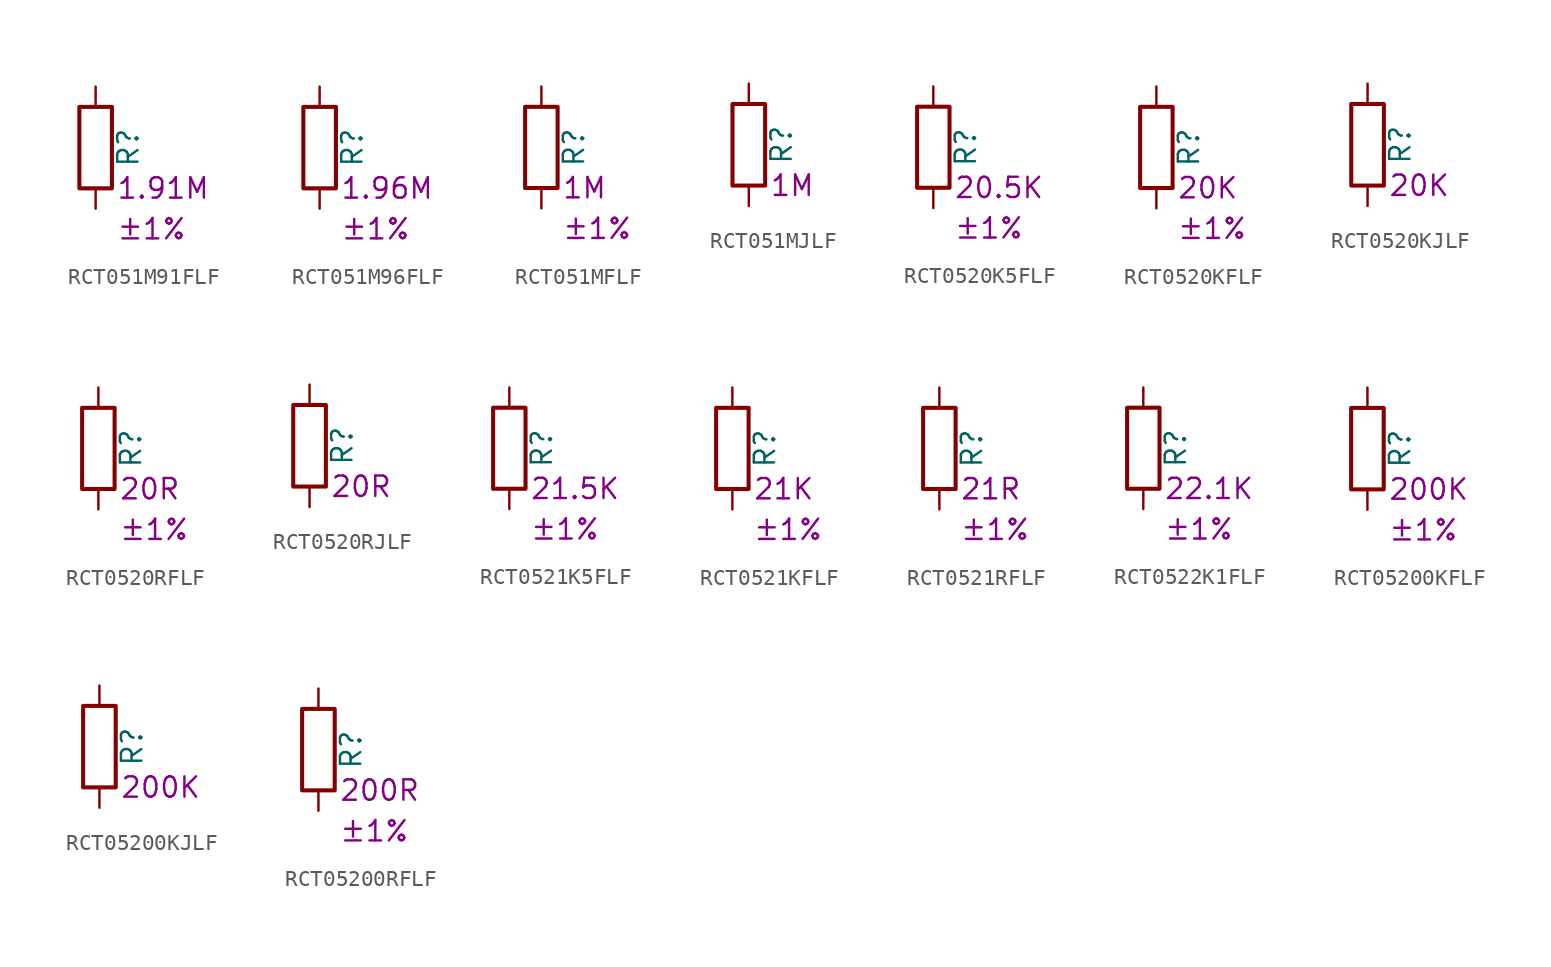
<source format=kicad_sym>
(kicad_symbol_lib
  (version 20220914)
  (generator kicad_symbol_editor)
  (symbol "RCT051M91FLF"
    (pin_numbers hide)
    (pin_names
      (offset 0))
    (property "Reference" "R"
      (at 2.032 0 90)
      (effects (font (size 1.27 1.27))))
    (property "Resistance" "1.91M"
      (at 1.27 -2.54 0)
      (effects (font (size 1.27 1.27)) (justify left)))
    (property "Tolerance" "±1%"
      (at 1.27 -5.08 0)
      (effects (font (size 1.27 1.27)) (justify left)))
    (symbol "RCT051M91FLF_0_1"
      (rectangle (start -1.016 -2.54) (end 1.016 2.54) (stroke (width 0.254) (type default)) (fill (type none))))
    (symbol "RCT051M91FLF_1_1"
      (pin passive line (at 0 3.81 270) (length 1.27) (name "~" (effects (font (size 1.27 1.27)))) (number "1" (effects (font (size 1.27 1.27)))))
      (pin passive line (at 0 -3.81 90) (length 1.27) (name "~" (effects (font (size 1.27 1.27)))) (number "2" (effects (font (size 1.27 1.27)))))))
  (symbol "RCT051M96FLF"
    (pin_numbers hide)
    (pin_names
      (offset 0))
    (property "Reference" "R"
      (at 2.032 0 90)
      (effects (font (size 1.27 1.27))))
    (property "Resistance" "1.96M"
      (at 1.27 -2.54 0)
      (effects (font (size 1.27 1.27)) (justify left)))
    (property "Tolerance" "±1%"
      (at 1.27 -5.08 0)
      (effects (font (size 1.27 1.27)) (justify left)))
    (symbol "RCT051M96FLF_0_1"
      (rectangle (start -1.016 -2.54) (end 1.016 2.54) (stroke (width 0.254) (type default)) (fill (type none))))
    (symbol "RCT051M96FLF_1_1"
      (pin passive line (at 0 3.81 270) (length 1.27) (name "~" (effects (font (size 1.27 1.27)))) (number "1" (effects (font (size 1.27 1.27)))))
      (pin passive line (at 0 -3.81 90) (length 1.27) (name "~" (effects (font (size 1.27 1.27)))) (number "2" (effects (font (size 1.27 1.27)))))))
  (symbol "RCT051MFLF"
    (pin_numbers hide)
    (pin_names
      (offset 0))
    (property "Reference" "R"
      (at 2.032 0 90)
      (effects (font (size 1.27 1.27))))
    (property "Resistance" "1M"
      (at 1.27 -2.54 0)
      (effects (font (size 1.27 1.27)) (justify left)))
    (property "Tolerance" "±1%"
      (at 1.27 -5.08 0)
      (effects (font (size 1.27 1.27)) (justify left)))
    (symbol "RCT051MFLF_0_1"
      (rectangle (start -1.016 -2.54) (end 1.016 2.54) (stroke (width 0.254) (type default)) (fill (type none))))
    (symbol "RCT051MFLF_1_1"
      (pin passive line (at 0 3.81 270) (length 1.27) (name "~" (effects (font (size 1.27 1.27)))) (number "1" (effects (font (size 1.27 1.27)))))
      (pin passive line (at 0 -3.81 90) (length 1.27) (name "~" (effects (font (size 1.27 1.27)))) (number "2" (effects (font (size 1.27 1.27)))))))
  (symbol "RCT051MJLF"
    (pin_numbers hide)
    (pin_names
      (offset 0))
    (property "Reference" "R"
      (at 2.032 0 90)
      (effects (font (size 1.27 1.27))))
    (property "Resistance" "1M"
      (at 1.27 -2.54 0)
      (effects (font (size 1.27 1.27)) (justify left)))
    (symbol "RCT051MJLF_0_1"
      (rectangle (start -1.016 -2.54) (end 1.016 2.54) (stroke (width 0.254) (type default)) (fill (type none))))
    (symbol "RCT051MJLF_1_1"
      (pin passive line (at 0 3.81 270) (length 1.27) (name "~" (effects (font (size 1.27 1.27)))) (number "1" (effects (font (size 1.27 1.27)))))
      (pin passive line (at 0 -3.81 90) (length 1.27) (name "~" (effects (font (size 1.27 1.27)))) (number "2" (effects (font (size 1.27 1.27)))))))
  (symbol "RCT0520K5FLF"
    (pin_numbers hide)
    (pin_names
      (offset 0))
    (property "Reference" "R"
      (at 2.032 0 90)
      (effects (font (size 1.27 1.27))))
    (property "Resistance" "20.5K"
      (at 1.27 -2.54 0)
      (effects (font (size 1.27 1.27)) (justify left)))
    (property "Tolerance" "±1%"
      (at 1.27 -5.08 0)
      (effects (font (size 1.27 1.27)) (justify left)))
    (symbol "RCT0520K5FLF_0_1"
      (rectangle (start -1.016 -2.54) (end 1.016 2.54) (stroke (width 0.254) (type default)) (fill (type none))))
    (symbol "RCT0520K5FLF_1_1"
      (pin passive line (at 0 3.81 270) (length 1.27) (name "~" (effects (font (size 1.27 1.27)))) (number "1" (effects (font (size 1.27 1.27)))))
      (pin passive line (at 0 -3.81 90) (length 1.27) (name "~" (effects (font (size 1.27 1.27)))) (number "2" (effects (font (size 1.27 1.27)))))))
  (symbol "RCT0520KFLF"
    (pin_numbers hide)
    (pin_names
      (offset 0))
    (property "Reference" "R"
      (at 2.032 0 90)
      (effects (font (size 1.27 1.27))))
    (property "Resistance" "20K"
      (at 1.27 -2.54 0)
      (effects (font (size 1.27 1.27)) (justify left)))
    (property "Tolerance" "±1%"
      (at 1.27 -5.08 0)
      (effects (font (size 1.27 1.27)) (justify left)))
    (symbol "RCT0520KFLF_0_1"
      (rectangle (start -1.016 -2.54) (end 1.016 2.54) (stroke (width 0.254) (type default)) (fill (type none))))
    (symbol "RCT0520KFLF_1_1"
      (pin passive line (at 0 3.81 270) (length 1.27) (name "~" (effects (font (size 1.27 1.27)))) (number "1" (effects (font (size 1.27 1.27)))))
      (pin passive line (at 0 -3.81 90) (length 1.27) (name "~" (effects (font (size 1.27 1.27)))) (number "2" (effects (font (size 1.27 1.27)))))))
  (symbol "RCT0520KJLF"
    (pin_numbers hide)
    (pin_names
      (offset 0))
    (property "Reference" "R"
      (at 2.032 0 90)
      (effects (font (size 1.27 1.27))))
    (property "Resistance" "20K"
      (at 1.27 -2.54 0)
      (effects (font (size 1.27 1.27)) (justify left)))
    (symbol "RCT0520KJLF_0_1"
      (rectangle (start -1.016 -2.54) (end 1.016 2.54) (stroke (width 0.254) (type default)) (fill (type none))))
    (symbol "RCT0520KJLF_1_1"
      (pin passive line (at 0 3.81 270) (length 1.27) (name "~" (effects (font (size 1.27 1.27)))) (number "1" (effects (font (size 1.27 1.27)))))
      (pin passive line (at 0 -3.81 90) (length 1.27) (name "~" (effects (font (size 1.27 1.27)))) (number "2" (effects (font (size 1.27 1.27)))))))
  (symbol "RCT0520RFLF"
    (pin_numbers hide)
    (pin_names
      (offset 0))
    (property "Reference" "R"
      (at 2.032 0 90)
      (effects (font (size 1.27 1.27))))
    (property "Resistance" "20R"
      (at 1.27 -2.54 0)
      (effects (font (size 1.27 1.27)) (justify left)))
    (property "Tolerance" "±1%"
      (at 1.27 -5.08 0)
      (effects (font (size 1.27 1.27)) (justify left)))
    (symbol "RCT0520RFLF_0_1"
      (rectangle (start -1.016 -2.54) (end 1.016 2.54) (stroke (width 0.254) (type default)) (fill (type none))))
    (symbol "RCT0520RFLF_1_1"
      (pin passive line (at 0 3.81 270) (length 1.27) (name "~" (effects (font (size 1.27 1.27)))) (number "1" (effects (font (size 1.27 1.27)))))
      (pin passive line (at 0 -3.81 90) (length 1.27) (name "~" (effects (font (size 1.27 1.27)))) (number "2" (effects (font (size 1.27 1.27)))))))
  (symbol "RCT0520RJLF"
    (pin_numbers hide)
    (pin_names
      (offset 0))
    (property "Reference" "R"
      (at 2.032 0 90)
      (effects (font (size 1.27 1.27))))
    (property "Resistance" "20R"
      (at 1.27 -2.54 0)
      (effects (font (size 1.27 1.27)) (justify left)))
    (symbol "RCT0520RJLF_0_1"
      (rectangle (start -1.016 -2.54) (end 1.016 2.54) (stroke (width 0.254) (type default)) (fill (type none))))
    (symbol "RCT0520RJLF_1_1"
      (pin passive line (at 0 3.81 270) (length 1.27) (name "~" (effects (font (size 1.27 1.27)))) (number "1" (effects (font (size 1.27 1.27)))))
      (pin passive line (at 0 -3.81 90) (length 1.27) (name "~" (effects (font (size 1.27 1.27)))) (number "2" (effects (font (size 1.27 1.27)))))))
  (symbol "RCT0521K5FLF"
    (pin_numbers hide)
    (pin_names
      (offset 0))
    (property "Reference" "R"
      (at 2.032 0 90)
      (effects (font (size 1.27 1.27))))
    (property "Resistance" "21.5K"
      (at 1.27 -2.54 0)
      (effects (font (size 1.27 1.27)) (justify left)))
    (property "Tolerance" "±1%"
      (at 1.27 -5.08 0)
      (effects (font (size 1.27 1.27)) (justify left)))
    (symbol "RCT0521K5FLF_0_1"
      (rectangle (start -1.016 -2.54) (end 1.016 2.54) (stroke (width 0.254) (type default)) (fill (type none))))
    (symbol "RCT0521K5FLF_1_1"
      (pin passive line (at 0 3.81 270) (length 1.27) (name "~" (effects (font (size 1.27 1.27)))) (number "1" (effects (font (size 1.27 1.27)))))
      (pin passive line (at 0 -3.81 90) (length 1.27) (name "~" (effects (font (size 1.27 1.27)))) (number "2" (effects (font (size 1.27 1.27)))))))
  (symbol "RCT0521KFLF"
    (pin_numbers hide)
    (pin_names
      (offset 0))
    (property "Reference" "R"
      (at 2.032 0 90)
      (effects (font (size 1.27 1.27))))
    (property "Resistance" "21K"
      (at 1.27 -2.54 0)
      (effects (font (size 1.27 1.27)) (justify left)))
    (property "Tolerance" "±1%"
      (at 1.27 -5.08 0)
      (effects (font (size 1.27 1.27)) (justify left)))
    (symbol "RCT0521KFLF_0_1"
      (rectangle (start -1.016 -2.54) (end 1.016 2.54) (stroke (width 0.254) (type default)) (fill (type none))))
    (symbol "RCT0521KFLF_1_1"
      (pin passive line (at 0 3.81 270) (length 1.27) (name "~" (effects (font (size 1.27 1.27)))) (number "1" (effects (font (size 1.27 1.27)))))
      (pin passive line (at 0 -3.81 90) (length 1.27) (name "~" (effects (font (size 1.27 1.27)))) (number "2" (effects (font (size 1.27 1.27)))))))
  (symbol "RCT0521RFLF"
    (pin_numbers hide)
    (pin_names
      (offset 0))
    (property "Reference" "R"
      (at 2.032 0 90)
      (effects (font (size 1.27 1.27))))
    (property "Resistance" "21R"
      (at 1.27 -2.54 0)
      (effects (font (size 1.27 1.27)) (justify left)))
    (property "Tolerance" "±1%"
      (at 1.27 -5.08 0)
      (effects (font (size 1.27 1.27)) (justify left)))
    (symbol "RCT0521RFLF_0_1"
      (rectangle (start -1.016 -2.54) (end 1.016 2.54) (stroke (width 0.254) (type default)) (fill (type none))))
    (symbol "RCT0521RFLF_1_1"
      (pin passive line (at 0 3.81 270) (length 1.27) (name "~" (effects (font (size 1.27 1.27)))) (number "1" (effects (font (size 1.27 1.27)))))
      (pin passive line (at 0 -3.81 90) (length 1.27) (name "~" (effects (font (size 1.27 1.27)))) (number "2" (effects (font (size 1.27 1.27)))))))
  (symbol "RCT0522K1FLF"
    (pin_numbers hide)
    (pin_names
      (offset 0))
    (property "Reference" "R"
      (at 2.032 0 90)
      (effects (font (size 1.27 1.27))))
    (property "Resistance" "22.1K"
      (at 1.27 -2.54 0)
      (effects (font (size 1.27 1.27)) (justify left)))
    (property "Tolerance" "±1%"
      (at 1.27 -5.08 0)
      (effects (font (size 1.27 1.27)) (justify left)))
    (symbol "RCT0522K1FLF_0_1"
      (rectangle (start -1.016 -2.54) (end 1.016 2.54) (stroke (width 0.254) (type default)) (fill (type none))))
    (symbol "RCT0522K1FLF_1_1"
      (pin passive line (at 0 3.81 270) (length 1.27) (name "~" (effects (font (size 1.27 1.27)))) (number "1" (effects (font (size 1.27 1.27)))))
      (pin passive line (at 0 -3.81 90) (length 1.27) (name "~" (effects (font (size 1.27 1.27)))) (number "2" (effects (font (size 1.27 1.27)))))))
  (symbol "RCT05200KFLF"
    (pin_numbers hide)
    (pin_names
      (offset 0))
    (property "Reference" "R"
      (at 2.032 0 90)
      (effects (font (size 1.27 1.27))))
    (property "Resistance" "200K"
      (at 1.27 -2.54 0)
      (effects (font (size 1.27 1.27)) (justify left)))
    (property "Tolerance" "±1%"
      (at 1.27 -5.08 0)
      (effects (font (size 1.27 1.27)) (justify left)))
    (symbol "RCT05200KFLF_0_1"
      (rectangle (start -1.016 -2.54) (end 1.016 2.54) (stroke (width 0.254) (type default)) (fill (type none))))
    (symbol "RCT05200KFLF_1_1"
      (pin passive line (at 0 3.81 270) (length 1.27) (name "~" (effects (font (size 1.27 1.27)))) (number "1" (effects (font (size 1.27 1.27)))))
      (pin passive line (at 0 -3.81 90) (length 1.27) (name "~" (effects (font (size 1.27 1.27)))) (number "2" (effects (font (size 1.27 1.27)))))))
  (symbol "RCT05200KJLF"
    (pin_numbers hide)
    (pin_names
      (offset 0))
    (property "Reference" "R"
      (at 2.032 0 90)
      (effects (font (size 1.27 1.27))))
    (property "Resistance" "200K"
      (at 1.27 -2.54 0)
      (effects (font (size 1.27 1.27)) (justify left)))
    (symbol "RCT05200KJLF_0_1"
      (rectangle (start -1.016 -2.54) (end 1.016 2.54) (stroke (width 0.254) (type default)) (fill (type none))))
    (symbol "RCT05200KJLF_1_1"
      (pin passive line (at 0 3.81 270) (length 1.27) (name "~" (effects (font (size 1.27 1.27)))) (number "1" (effects (font (size 1.27 1.27)))))
      (pin passive line (at 0 -3.81 90) (length 1.27) (name "~" (effects (font (size 1.27 1.27)))) (number "2" (effects (font (size 1.27 1.27)))))))
  (symbol "RCT05200RFLF"
    (pin_numbers hide)
    (pin_names
      (offset 0))
    (property "Reference" "R"
      (at 2.032 0 90)
      (effects (font (size 1.27 1.27))))
    (property "Resistance" "200R"
      (at 1.27 -2.54 0)
      (effects (font (size 1.27 1.27)) (justify left)))
    (property "Tolerance" "±1%"
      (at 1.27 -5.08 0)
      (effects (font (size 1.27 1.27)) (justify left)))
    (symbol "RCT05200RFLF_0_1"
      (rectangle (start -1.016 -2.54) (end 1.016 2.54) (stroke (width 0.254) (type default)) (fill (type none))))
    (symbol "RCT05200RFLF_1_1"
      (pin passive line (at 0 3.81 270) (length 1.27) (name "~" (effects (font (size 1.27 1.27)))) (number "1" (effects (font (size 1.27 1.27)))))
      (pin passive line (at 0 -3.81 90) (length 1.27) (name "~" (effects (font (size 1.27 1.27)))) (number "2" (effects (font (size 1.27 1.27))))))))
</source>
